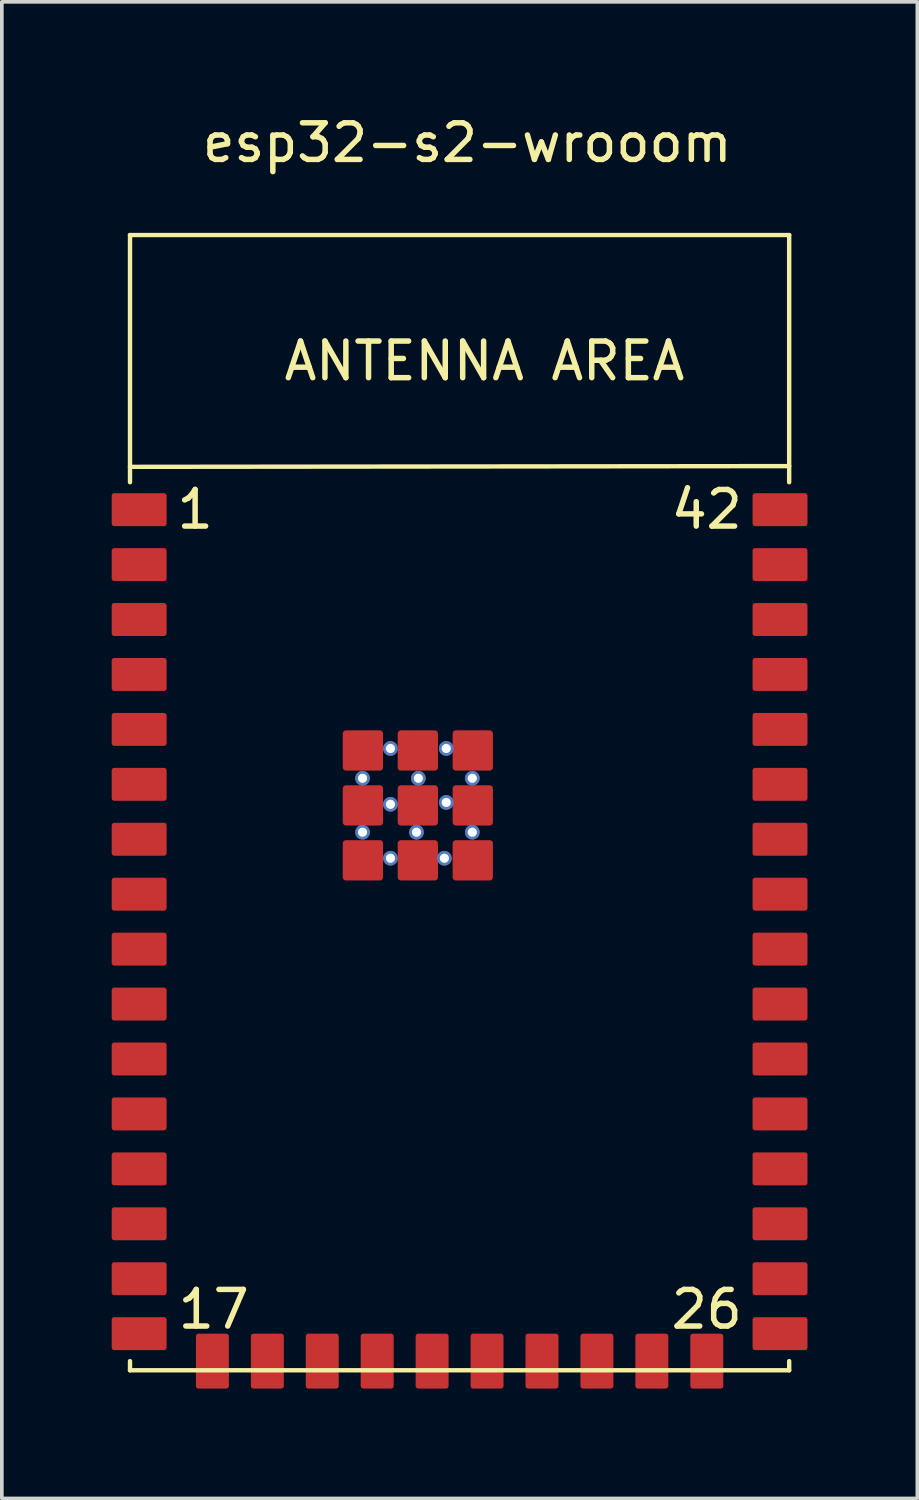
<source format=kicad_pcb>
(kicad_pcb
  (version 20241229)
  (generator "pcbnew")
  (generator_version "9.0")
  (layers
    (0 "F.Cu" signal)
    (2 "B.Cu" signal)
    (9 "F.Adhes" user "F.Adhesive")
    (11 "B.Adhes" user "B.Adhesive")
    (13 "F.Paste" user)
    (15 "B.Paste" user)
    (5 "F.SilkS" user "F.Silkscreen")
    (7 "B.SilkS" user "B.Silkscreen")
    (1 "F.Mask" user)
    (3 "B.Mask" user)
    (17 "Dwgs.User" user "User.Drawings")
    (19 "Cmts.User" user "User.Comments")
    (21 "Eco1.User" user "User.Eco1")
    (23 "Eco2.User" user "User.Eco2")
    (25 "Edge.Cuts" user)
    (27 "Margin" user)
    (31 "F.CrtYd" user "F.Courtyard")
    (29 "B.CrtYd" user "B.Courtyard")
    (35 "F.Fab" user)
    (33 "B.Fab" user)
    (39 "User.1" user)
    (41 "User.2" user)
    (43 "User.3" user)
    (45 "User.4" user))
  (footprint "esp32-s2-wrooom"
    (layer "F.Cu")
    (at 9.55 18.768)
    (property "Reference" "esp32-s2-wrooom" (at 0.16 -17.92 0) (layer "F.SilkS") (effects (font (size 1 1) (thickness 0.15))))
    (attr through_hole)
    (fp_line (start -9.05 -15.4) (end -9.05 -8.65) (stroke (width 0.12) (type solid)) (layer "F.SilkS"))
    (fp_line (start -9.05 15.35) (end -9.05 15.6) (stroke (width 0.12) (type solid)) (layer "F.SilkS"))
    (fp_line (start -9.05 15.6) (end 8.95 15.6) (stroke (width 0.12) (type solid)) (layer "F.SilkS"))
    (fp_line (start 8.95 -15.4) (end -9.05 -15.4) (stroke (width 0.12) (type solid)) (layer "F.SilkS"))
    (fp_line (start 8.95 -9.09) (end -9.05 -9.07) (stroke (width 0.12) (type solid)) (layer "F.SilkS"))
    (fp_line (start 8.95 -8.65) (end 8.95 -15.4) (stroke (width 0.12) (type solid)) (layer "F.SilkS"))
    (fp_line (start 8.95 15.35) (end 8.95 15.6) (stroke (width 0.12) (type solid)) (layer "F.SilkS"))
    (fp_text user "26" (at 6.698 13.937 0) (layer "F.SilkS") (effects (font (size 1 1) (thickness 0.15))))
    (fp_text user "42" (at 6.698 -7.907 0) (layer "F.SilkS") (effects (font (size 1 1) (thickness 0.15))))
    (fp_text user "1" (at -7.272 -7.907 0) (layer "F.SilkS") (effects (font (size 1 1) (thickness 0.15))))
    (fp_text user "17" (at -6.764 13.937 0) (layer "F.SilkS") (effects (font (size 1 1) (thickness 0.15))))
    (fp_text user "ANTENNA AREA" (at 0.63 -11.96 0) (layer "F.SilkS") (effects (font (size 1 1) (thickness 0.15))))
    (pad "" thru_hole circle (at -2.7 -0.566 180) (size 0.4 0.4) (drill oval 0.25) (layers "*.Cu" "*.Mask"))
    (pad "" thru_hole circle (at -2.7 0.907 180) (size 0.4 0.4) (drill oval 0.25) (layers "*.Cu" "*.Mask"))
    (pad "" thru_hole circle (at -1.938 -1.379 180) (size 0.4 0.4) (drill oval 0.25) (layers "*.Cu" "*.Mask"))
    (pad "" thru_hole circle (at -1.938 0.145 180) (size 0.4 0.4) (drill oval 0.25) (layers "*.Cu" "*.Mask"))
    (pad "" thru_hole circle (at -1.938 1.618 180) (size 0.4 0.4) (drill oval 0.25) (layers "*.Cu" "*.Mask"))
    (pad "" thru_hole circle (at -1.227 0.907 180) (size 0.4 0.4) (drill oval 0.25) (layers "*.Cu" "*.Mask"))
    (pad "" thru_hole circle (at -1.176 -0.566 180) (size 0.4 0.4) (drill oval 0.25) (layers "*.Cu" "*.Mask"))
    (pad "" thru_hole circle (at -0.465 1.618 180) (size 0.4 0.4) (drill oval 0.25) (layers "*.Cu" "*.Mask"))
    (pad "" thru_hole circle (at -0.414 -1.379 180) (size 0.4 0.4) (drill oval 0.25) (layers "*.Cu" "*.Mask"))
    (pad "" thru_hole circle (at -0.414 0.094 180) (size 0.4 0.4) (drill oval 0.25) (layers "*.Cu" "*.Mask"))
    (pad "" thru_hole circle (at 0.297 -0.566 180) (size 0.4 0.4) (drill oval 0.25) (layers "*.Cu" "*.Mask"))
    (pad "" thru_hole circle (at 0.297 0.907 180) (size 0.4 0.4) (drill oval 0.25) (layers "*.Cu" "*.Mask"))
    (pad "1" smd roundrect (at -8.8 -7.9) (size 1.5 0.9) (layers "F.Cu" "F.Mask" "F.Paste") (roundrect_rratio 0.079))
    (pad "2" smd roundrect (at -8.8 -6.4) (size 1.5 0.9) (layers "F.Cu" "F.Mask" "F.Paste") (roundrect_rratio 0.079))
    (pad "3" smd roundrect (at -8.8 -4.9) (size 1.5 0.9) (layers "F.Cu" "F.Mask" "F.Paste") (roundrect_rratio 0.079))
    (pad "4" smd roundrect (at -8.8 -3.4) (size 1.5 0.9) (layers "F.Cu" "F.Mask" "F.Paste") (roundrect_rratio 0.079))
    (pad "5" smd roundrect (at -8.8 -1.9) (size 1.5 0.9) (layers "F.Cu" "F.Mask" "F.Paste") (roundrect_rratio 0.079))
    (pad "6" smd roundrect (at -8.8 -0.4) (size 1.5 0.9) (layers "F.Cu" "F.Mask" "F.Paste") (roundrect_rratio 0.079))
    (pad "7" smd roundrect (at -8.8 1.1) (size 1.5 0.9) (layers "F.Cu" "F.Mask" "F.Paste") (roundrect_rratio 0.079))
    (pad "8" smd roundrect (at -8.8 2.6) (size 1.5 0.9) (layers "F.Cu" "F.Mask" "F.Paste") (roundrect_rratio 0.079))
    (pad "9" smd roundrect (at -8.8 4.1) (size 1.5 0.9) (layers "F.Cu" "F.Mask" "F.Paste") (roundrect_rratio 0.079))
    (pad "10" smd roundrect (at -8.8 5.6) (size 1.5 0.9) (layers "F.Cu" "F.Mask" "F.Paste") (roundrect_rratio 0.079))
    (pad "11" smd roundrect (at -8.8 7.1) (size 1.5 0.9) (layers "F.Cu" "F.Mask" "F.Paste") (roundrect_rratio 0.079))
    (pad "12" smd roundrect (at -8.8 8.6) (size 1.5 0.9) (layers "F.Cu" "F.Mask" "F.Paste") (roundrect_rratio 0.079))
    (pad "13" smd roundrect (at -8.8 10.1) (size 1.5 0.9) (layers "F.Cu" "F.Mask" "F.Paste") (roundrect_rratio 0.079))
    (pad "14" smd roundrect (at -8.8 11.6) (size 1.5 0.9) (layers "F.Cu" "F.Mask" "F.Paste") (roundrect_rratio 0.079))
    (pad "15" smd roundrect (at -8.8 13.1) (size 1.5 0.9) (layers "F.Cu" "F.Mask" "F.Paste") (roundrect_rratio 0.079))
    (pad "16" smd roundrect (at -8.8 14.6) (size 1.5 0.9) (layers "F.Cu" "F.Mask" "F.Paste") (roundrect_rratio 0.079))
    (pad "17" smd roundrect (at -6.8 15.35 90) (size 1.5 0.9) (layers "F.Cu" "F.Mask" "F.Paste") (roundrect_rratio 0.079))
    (pad "18" smd roundrect (at -5.3 15.35 90) (size 1.5 0.9) (layers "F.Cu" "F.Mask" "F.Paste") (roundrect_rratio 0.079))
    (pad "19" smd roundrect (at -3.8 15.35 90) (size 1.5 0.9) (layers "F.Cu" "F.Mask" "F.Paste") (roundrect_rratio 0.079))
    (pad "20" smd roundrect (at -2.3 15.35 90) (size 1.5 0.9) (layers "F.Cu" "F.Mask" "F.Paste") (roundrect_rratio 0.079))
    (pad "21" smd roundrect (at -0.8 15.35 90) (size 1.5 0.9) (layers "F.Cu" "F.Mask" "F.Paste") (roundrect_rratio 0.079))
    (pad "22" smd roundrect (at 0.7 15.35 90) (size 1.5 0.9) (layers "F.Cu" "F.Mask" "F.Paste") (roundrect_rratio 0.079))
    (pad "23" smd roundrect (at 2.2 15.35 90) (size 1.5 0.9) (layers "F.Cu" "F.Mask" "F.Paste") (roundrect_rratio 0.079))
    (pad "24" smd roundrect (at 3.7 15.35 90) (size 1.5 0.9) (layers "F.Cu" "F.Mask" "F.Paste") (roundrect_rratio 0.079))
    (pad "25" smd roundrect (at 5.2 15.35 90) (size 1.5 0.9) (layers "F.Cu" "F.Mask" "F.Paste") (roundrect_rratio 0.079))
    (pad "26" smd roundrect (at 6.7 15.35 90) (size 1.5 0.9) (layers "F.Cu" "F.Mask" "F.Paste") (roundrect_rratio 0.079))
    (pad "27" smd roundrect (at 8.7 14.6 180) (size 1.5 0.9) (layers "F.Cu" "F.Mask" "F.Paste") (roundrect_rratio 0.079))
    (pad "28" smd roundrect (at 8.7 13.1 180) (size 1.5 0.9) (layers "F.Cu" "F.Mask" "F.Paste") (roundrect_rratio 0.079))
    (pad "29" smd roundrect (at 8.7 11.6 180) (size 1.5 0.9) (layers "F.Cu" "F.Mask" "F.Paste") (roundrect_rratio 0.079))
    (pad "30" smd roundrect (at 8.7 10.1 180) (size 1.5 0.9) (layers "F.Cu" "F.Mask" "F.Paste") (roundrect_rratio 0.079))
    (pad "31" smd roundrect (at 8.7 8.6 180) (size 1.5 0.9) (layers "F.Cu" "F.Mask" "F.Paste") (roundrect_rratio 0.079))
    (pad "32" smd roundrect (at 8.7 7.1 180) (size 1.5 0.9) (layers "F.Cu" "F.Mask" "F.Paste") (roundrect_rratio 0.079))
    (pad "33" smd roundrect (at 8.7 5.6 180) (size 1.5 0.9) (layers "F.Cu" "F.Mask" "F.Paste") (roundrect_rratio 0.079))
    (pad "34" smd roundrect (at 8.7 4.1 180) (size 1.5 0.9) (layers "F.Cu" "F.Mask" "F.Paste") (roundrect_rratio 0.079))
    (pad "35" smd roundrect (at 8.7 2.6 180) (size 1.5 0.9) (layers "F.Cu" "F.Mask" "F.Paste") (roundrect_rratio 0.079))
    (pad "36" smd roundrect (at 8.7 1.1 180) (size 1.5 0.9) (layers "F.Cu" "F.Mask" "F.Paste") (roundrect_rratio 0.079))
    (pad "37" smd roundrect (at 8.7 -0.4 180) (size 1.5 0.9) (layers "F.Cu" "F.Mask" "F.Paste") (roundrect_rratio 0.079))
    (pad "38" smd roundrect (at 8.7 -1.9 180) (size 1.5 0.9) (layers "F.Cu" "F.Mask" "F.Paste") (roundrect_rratio 0.079))
    (pad "39" smd roundrect (at 8.7 -3.4 180) (size 1.5 0.9) (layers "F.Cu" "F.Mask" "F.Paste") (roundrect_rratio 0.079))
    (pad "40" smd roundrect (at 8.7 -4.9 180) (size 1.5 0.9) (layers "F.Cu" "F.Mask" "F.Paste") (roundrect_rratio 0.079))
    (pad "41" smd roundrect (at 8.7 -6.4 180) (size 1.5 0.9) (layers "F.Cu" "F.Mask" "F.Paste") (roundrect_rratio 0.079))
    (pad "42" smd roundrect (at 8.7 -7.9 180) (size 1.5 0.9) (layers "F.Cu" "F.Mask" "F.Paste") (roundrect_rratio 0.079))
    (pad "43" smd roundrect (at -2.69 -1.325 180) (size 1.1 1.1) (layers "F.Cu" "F.Mask" "F.Paste") (roundrect_rratio 0.079))
    (pad "43" smd roundrect (at -2.69 0.175 180) (size 1.1 1.1) (layers "F.Cu" "F.Mask" "F.Paste") (roundrect_rratio 0.079))
    (pad "43" smd roundrect (at -2.69 1.675 180) (size 1.1 1.1) (layers "F.Cu" "F.Mask" "F.Paste") (roundrect_rratio 0.079))
    (pad "43" smd roundrect (at -1.19 -1.325 180) (size 1.1 1.1) (layers "F.Cu" "F.Mask" "F.Paste") (roundrect_rratio 0.079))
    (pad "43" smd roundrect (at -1.19 0.175 180) (size 1.1 1.1) (layers "F.Cu" "F.Mask" "F.Paste") (roundrect_rratio 0.079))
    (pad "43" smd roundrect (at -1.19 1.675 180) (size 1.1 1.1) (layers "F.Cu" "F.Mask" "F.Paste") (roundrect_rratio 0.079))
    (pad "43" smd roundrect (at 0.31 -1.325 180) (size 1.1 1.1) (layers "F.Cu" "F.Mask" "F.Paste") (roundrect_rratio 0.079))
    (pad "43" smd roundrect (at 0.31 0.175 180) (size 1.1 1.1) (layers "F.Cu" "F.Mask" "F.Paste") (roundrect_rratio 0.079))
    (pad "43" smd roundrect (at 0.31 1.675 180) (size 1.1 1.1) (layers "F.Cu" "F.Mask" "F.Paste") (roundrect_rratio 0.079)))
  (gr_rect
    (start -3 -3)
    (end 22 37.868)
    (stroke (width 0.1) (type default))
    (fill no)
    (layer "Edge.Cuts")))
</source>
